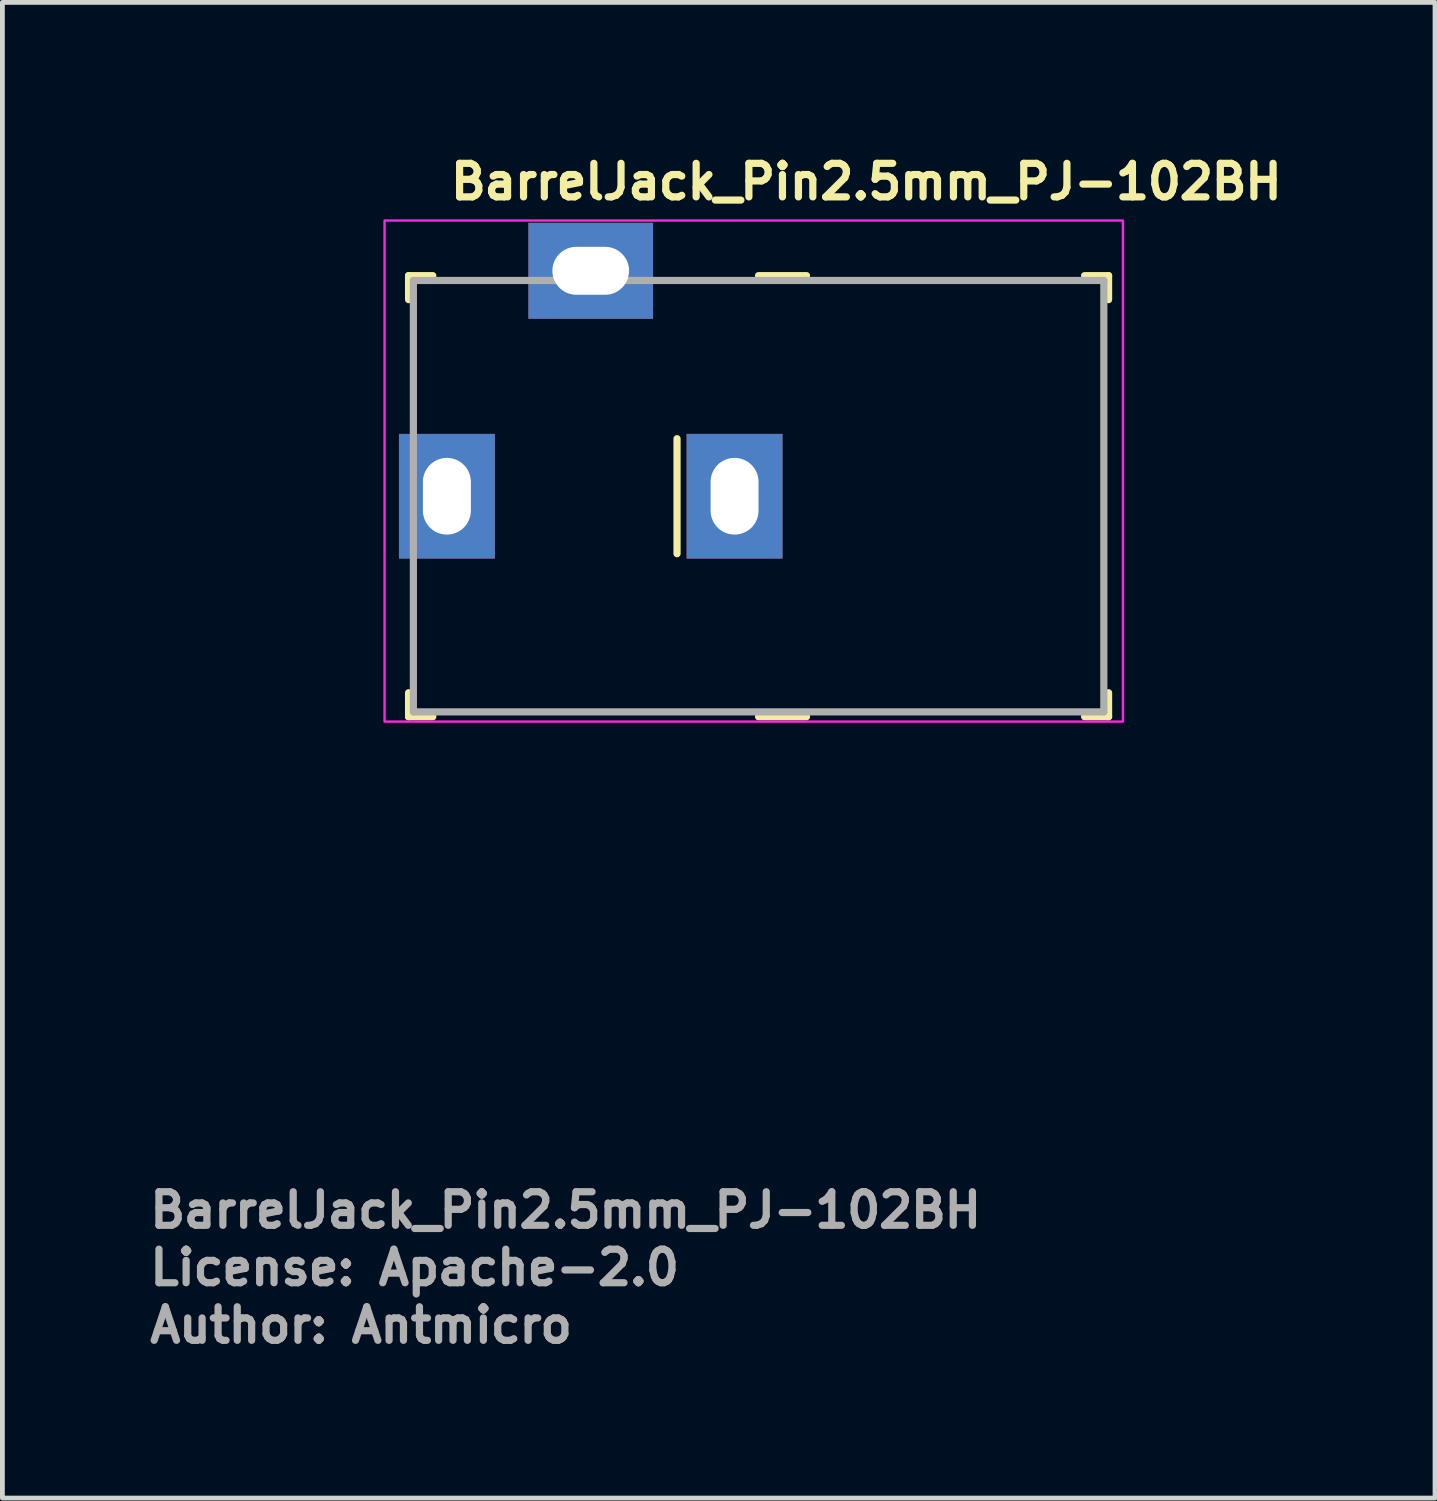
<source format=kicad_pcb>
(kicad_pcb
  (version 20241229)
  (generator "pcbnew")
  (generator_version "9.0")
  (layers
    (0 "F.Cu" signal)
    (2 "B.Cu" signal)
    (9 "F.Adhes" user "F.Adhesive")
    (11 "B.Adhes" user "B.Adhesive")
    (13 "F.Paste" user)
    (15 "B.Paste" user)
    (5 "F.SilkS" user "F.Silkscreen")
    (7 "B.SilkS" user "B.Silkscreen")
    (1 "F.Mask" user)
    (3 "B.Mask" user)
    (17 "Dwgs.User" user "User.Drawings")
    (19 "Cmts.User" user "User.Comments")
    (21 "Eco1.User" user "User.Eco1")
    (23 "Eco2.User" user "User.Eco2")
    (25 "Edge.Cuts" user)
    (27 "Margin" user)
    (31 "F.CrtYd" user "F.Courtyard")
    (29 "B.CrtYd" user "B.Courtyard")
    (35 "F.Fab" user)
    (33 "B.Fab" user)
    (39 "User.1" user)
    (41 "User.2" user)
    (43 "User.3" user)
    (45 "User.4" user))
  (footprint "BarrelJack_Pin2.5mm_PJ-102BH"
    (layer "F.Cu")
    (at 6.271 7.3)
    (property "Reference" "BarrelJack_Pin2.5mm_PJ-102BH" (at 0 -6.15 0) (layer "F.SilkS") (effects (font (size 0.7 0.7) (thickness 0.15)) (justify left bottom)))
    (attr through_hole)
    (fp_line (start -0.799 -4.601) (end -0.799 -4.1) (stroke (width 0.15) (type solid)) (layer "F.SilkS"))
    (fp_line (start -0.799 -4.601) (end -0.294 -4.601) (stroke (width 0.15) (type solid)) (layer "F.SilkS"))
    (fp_line (start -0.799 4.599) (end -0.799 4.099) (stroke (width 0.15) (type solid)) (layer "F.SilkS"))
    (fp_line (start -0.799 4.599) (end -0.294 4.599) (stroke (width 0.15) (type solid)) (layer "F.SilkS"))
    (fp_line (start 4.8 -1.2) (end 4.8 1.199) (stroke (width 0.15) (type solid)) (layer "F.SilkS"))
    (fp_line (start 6.5 -4.601) (end 7.5 -4.601) (stroke (width 0.15) (type solid)) (layer "F.SilkS"))
    (fp_line (start 6.5 4.599) (end 7.5 4.599) (stroke (width 0.15) (type solid)) (layer "F.SilkS"))
    (fp_line (start 13.801 -4.601) (end 13.301 -4.601) (stroke (width 0.15) (type solid)) (layer "F.SilkS"))
    (fp_line (start 13.801 -4.601) (end 13.801 -4.1) (stroke (width 0.15) (type solid)) (layer "F.SilkS"))
    (fp_line (start 13.801 4.599) (end 13.301 4.599) (stroke (width 0.15) (type solid)) (layer "F.SilkS"))
    (fp_line (start 13.801 4.599) (end 13.801 4.099) (stroke (width 0.15) (type solid)) (layer "F.SilkS"))
    (fp_rect (start 14.101 -5.75) (end -1.3 4.7) (stroke (width 0.05) (type solid)) (fill no) (layer "F.CrtYd"))
    (fp_line (start -0.699 -4.5) (end -0.699 4.498) (stroke (width 0.15) (type solid)) (layer "F.Fab"))
    (fp_line (start -0.699 -4.5) (end 13.702 -4.5) (stroke (width 0.15) (type solid)) (layer "F.Fab"))
    (fp_line (start -0.699 4.498) (end 13.702 4.498) (stroke (width 0.15) (type solid)) (layer "F.Fab"))
    (fp_line (start 13.702 -4.5) (end 13.702 4.498) (stroke (width 0.15) (type solid)) (layer "F.Fab"))
    (fp_rect (start -0.749 4.5) (end 13.652 -4.9) (stroke (width 0.1) (type solid)) (fill no) (layer "User.5"))
    (fp_line (start -0.749 -1.898) (end -0.749 -4.498) (stroke (width 0.02) (type solid)) (layer "User.9"))
    (fp_line (start -0.749 -1.898) (end 0.15 -1.898) (stroke (width 0.02) (type solid)) (layer "User.9"))
    (fp_line (start -0.749 1.901) (end 0.15 1.901) (stroke (width 0.02) (type solid)) (layer "User.9"))
    (fp_line (start -0.749 4.5) (end -0.749 1.901) (stroke (width 0.02) (type solid)) (layer "User.9"))
    (fp_line (start -0.248 -0.498) (end -0.131 -0.498) (stroke (width 0.02) (type solid)) (layer "User.9"))
    (fp_line (start -0.248 0.5) (end -0.248 -0.498) (stroke (width 0.02) (type solid)) (layer "User.9"))
    (fp_line (start -0.131 -0.498) (end -0.131 -0.498) (stroke (width 0.02) (type solid)) (layer "User.9"))
    (fp_line (start -0.131 -0.498) (end 0.15 -0.498) (stroke (width 0.02) (type solid)) (layer "User.9"))
    (fp_line (start -0.131 0.5) (end -0.248 0.5) (stroke (width 0.02) (type solid)) (layer "User.9"))
    (fp_line (start -0.131 0.5) (end -0.131 0.5) (stroke (width 0.02) (type solid)) (layer "User.9"))
    (fp_line (start 0.15 -4.498) (end -0.749 -4.498) (stroke (width 0.02) (type solid)) (layer "User.9"))
    (fp_line (start 0.15 -4.498) (end 0.15 -4.203) (stroke (width 0.02) (type solid)) (layer "User.9"))
    (fp_line (start 0.15 -4.498) (end 10.152 -4.498) (stroke (width 0.02) (type solid)) (layer "User.9"))
    (fp_line (start 0.15 -4.097) (end 0.15 -4.203) (stroke (width 0.02) (type solid)) (layer "User.9"))
    (fp_line (start 0.15 -4.097) (end 0.15 -4.097) (stroke (width 0.02) (type solid)) (layer "User.9"))
    (fp_line (start 0.15 -3.785) (end 0.15 -4.097) (stroke (width 0.02) (type solid)) (layer "User.9"))
    (fp_line (start 0.15 -3.785) (end 0.15 -3.785) (stroke (width 0.02) (type solid)) (layer "User.9"))
    (fp_line (start 0.15 -3.285) (end 0.15 -3.785) (stroke (width 0.02) (type solid)) (layer "User.9"))
    (fp_line (start 0.15 -3.285) (end 0.15 -3.285) (stroke (width 0.02) (type solid)) (layer "User.9"))
    (fp_line (start 0.15 -2.62) (end 0.15 -3.285) (stroke (width 0.02) (type solid)) (layer "User.9"))
    (fp_line (start 0.15 -2.62) (end 0.15 -2.62) (stroke (width 0.02) (type solid)) (layer "User.9"))
    (fp_line (start 0.15 -1.822) (end 0.15 -2.62) (stroke (width 0.02) (type solid)) (layer "User.9"))
    (fp_line (start 0.15 -1.822) (end 0.15 -1.822) (stroke (width 0.02) (type solid)) (layer "User.9"))
    (fp_line (start 0.15 -0.935) (end 0.15 -1.822) (stroke (width 0.02) (type solid)) (layer "User.9"))
    (fp_line (start 0.15 -0.935) (end 0.15 -0.935) (stroke (width 0.02) (type solid)) (layer "User.9"))
    (fp_line (start 0.15 0) (end 0.15 -0.935) (stroke (width 0.02) (type solid)) (layer "User.9"))
    (fp_line (start 0.15 0) (end 0.15 0) (stroke (width 0.02) (type solid)) (layer "User.9"))
    (fp_line (start 0.15 0.5) (end -0.131 0.5) (stroke (width 0.02) (type solid)) (layer "User.9"))
    (fp_line (start 0.15 0.937) (end 0.15 0) (stroke (width 0.02) (type solid)) (layer "User.9"))
    (fp_line (start 0.15 0.937) (end 0.15 0.937) (stroke (width 0.02) (type solid)) (layer "User.9"))
    (fp_line (start 0.15 1.825) (end 0.15 0.937) (stroke (width 0.02) (type solid)) (layer "User.9"))
    (fp_line (start 0.15 1.825) (end 0.15 1.825) (stroke (width 0.02) (type solid)) (layer "User.9"))
    (fp_line (start 0.15 2.621) (end 0.15 1.825) (stroke (width 0.02) (type solid)) (layer "User.9"))
    (fp_line (start 0.15 2.621) (end 0.15 2.621) (stroke (width 0.02) (type solid)) (layer "User.9"))
    (fp_line (start 0.15 3.287) (end 0.15 2.621) (stroke (width 0.02) (type solid)) (layer "User.9"))
    (fp_line (start 0.15 3.287) (end 0.15 3.287) (stroke (width 0.02) (type solid)) (layer "User.9"))
    (fp_line (start 0.15 3.787) (end 0.15 3.287) (stroke (width 0.02) (type solid)) (layer "User.9"))
    (fp_line (start 0.15 3.787) (end 0.15 3.787) (stroke (width 0.02) (type solid)) (layer "User.9"))
    (fp_line (start 0.15 4.098) (end 0.15 3.787) (stroke (width 0.02) (type solid)) (layer "User.9"))
    (fp_line (start 0.15 4.098) (end 0.15 4.098) (stroke (width 0.02) (type solid)) (layer "User.9"))
    (fp_line (start 0.15 4.204) (end 0.15 4.098) (stroke (width 0.02) (type solid)) (layer "User.9"))
    (fp_line (start 0.15 4.204) (end 0.15 4.5) (stroke (width 0.02) (type solid)) (layer "User.9"))
    (fp_line (start 0.15 4.5) (end -0.749 4.5) (stroke (width 0.02) (type solid)) (layer "User.9"))
    (fp_line (start 0.15 4.5) (end 10.152 4.5) (stroke (width 0.02) (type solid)) (layer "User.9"))
    (fp_line (start 1.702 -4.9) (end 4.202 -4.9) (stroke (width 0.02) (type solid)) (layer "User.9"))
    (fp_line (start 1.702 -4.788) (end 1.702 -4.9) (stroke (width 0.02) (type solid)) (layer "User.9"))
    (fp_line (start 1.702 -4.788) (end 1.702 -4.788) (stroke (width 0.02) (type solid)) (layer "User.9"))
    (fp_line (start 1.702 -4.498) (end 1.702 -4.788) (stroke (width 0.02) (type solid)) (layer "User.9"))
    (fp_line (start 4.202 -4.788) (end 4.202 -4.9) (stroke (width 0.02) (type solid)) (layer "User.9"))
    (fp_line (start 4.202 -4.788) (end 4.202 -4.788) (stroke (width 0.02) (type solid)) (layer "User.9"))
    (fp_line (start 4.202 -4.498) (end 4.202 -4.788) (stroke (width 0.02) (type solid)) (layer "User.9"))
    (fp_line (start 10.152 -4.203) (end 0.15 -4.203) (stroke (width 0.02) (type solid)) (layer "User.9"))
    (fp_line (start 10.152 4.204) (end 0.15 4.204) (stroke (width 0.02) (type solid)) (layer "User.9"))
    (fp_line (start 10.152 4.5) (end 10.152 -4.498) (stroke (width 0.02) (type solid)) (layer "User.9"))
    (fp_line (start 11.402 -4.498) (end 10.152 -4.498) (stroke (width 0.02) (type solid)) (layer "User.9"))
    (fp_line (start 11.402 -2.999) (end 12.601 -2.999) (stroke (width 0.02) (type solid)) (layer "User.9"))
    (fp_line (start 11.402 4.5) (end 10.152 4.5) (stroke (width 0.02) (type solid)) (layer "User.9"))
    (fp_line (start 11.402 4.5) (end 11.402 -4.498) (stroke (width 0.02) (type solid)) (layer "User.9"))
    (fp_line (start 11.402 4.5) (end 12.601 4.5) (stroke (width 0.02) (type solid)) (layer "User.9"))
    (fp_line (start 12.601 -4.498) (end 11.402 -4.498) (stroke (width 0.02) (type solid)) (layer "User.9"))
    (fp_line (start 12.601 -4.498) (end 12.601 4.5) (stroke (width 0.02) (type solid)) (layer "User.9"))
    (fp_line (start 12.601 3) (end 11.402 3) (stroke (width 0.02) (type solid)) (layer "User.9"))
    (fp_line (start 13.652 -4.498) (end 12.601 -4.498) (stroke (width 0.02) (type solid)) (layer "User.9"))
    (fp_line (start 13.652 -4.498) (end 13.652 4.5) (stroke (width 0.02) (type solid)) (layer "User.9"))
    (fp_line (start 13.652 4.5) (end 12.601 4.5) (stroke (width 0.02) (type solid)) (layer "User.9"))
    (fp_text user "${REFERENCE}" (at -6.271 15.3 0) (layer "F.Fab") (effects (font (size 0.7 0.7) (thickness 0.15)) (justify left bottom)))
    (fp_text user "License: Apache-2.0" (at -6.271 16.498 0) (layer "F.Fab") (effects (font (size 0.7 0.7) (thickness 0.15)) (justify left bottom)))
    (fp_text user "Author: Antmicro" (at -6.271 17.699 0) (layer "F.Fab") (effects (font (size 0.7 0.7) (thickness 0.15)) (justify left bottom)))
    (pad "1" thru_hole rect (at 0 0 270) (size 2.6 2) (drill oval 1.6 1) (layers "*.Cu" "*.Mask"))
    (pad "2" thru_hole rect (at 6 0 270) (size 2.6 2) (drill oval 1.6 1) (layers "*.Cu" "*.Mask"))
    (pad "3" thru_hole rect (at 3 -4.702 270) (size 2 2.6) (drill oval 1 1.6) (layers "*.Cu" "*.Mask")))
  (gr_rect
    (start -3 -3)
    (end 26.881 28.195)
    (stroke (width 0.1) (type default))
    (fill no)
    (layer "Edge.Cuts")))
</source>
